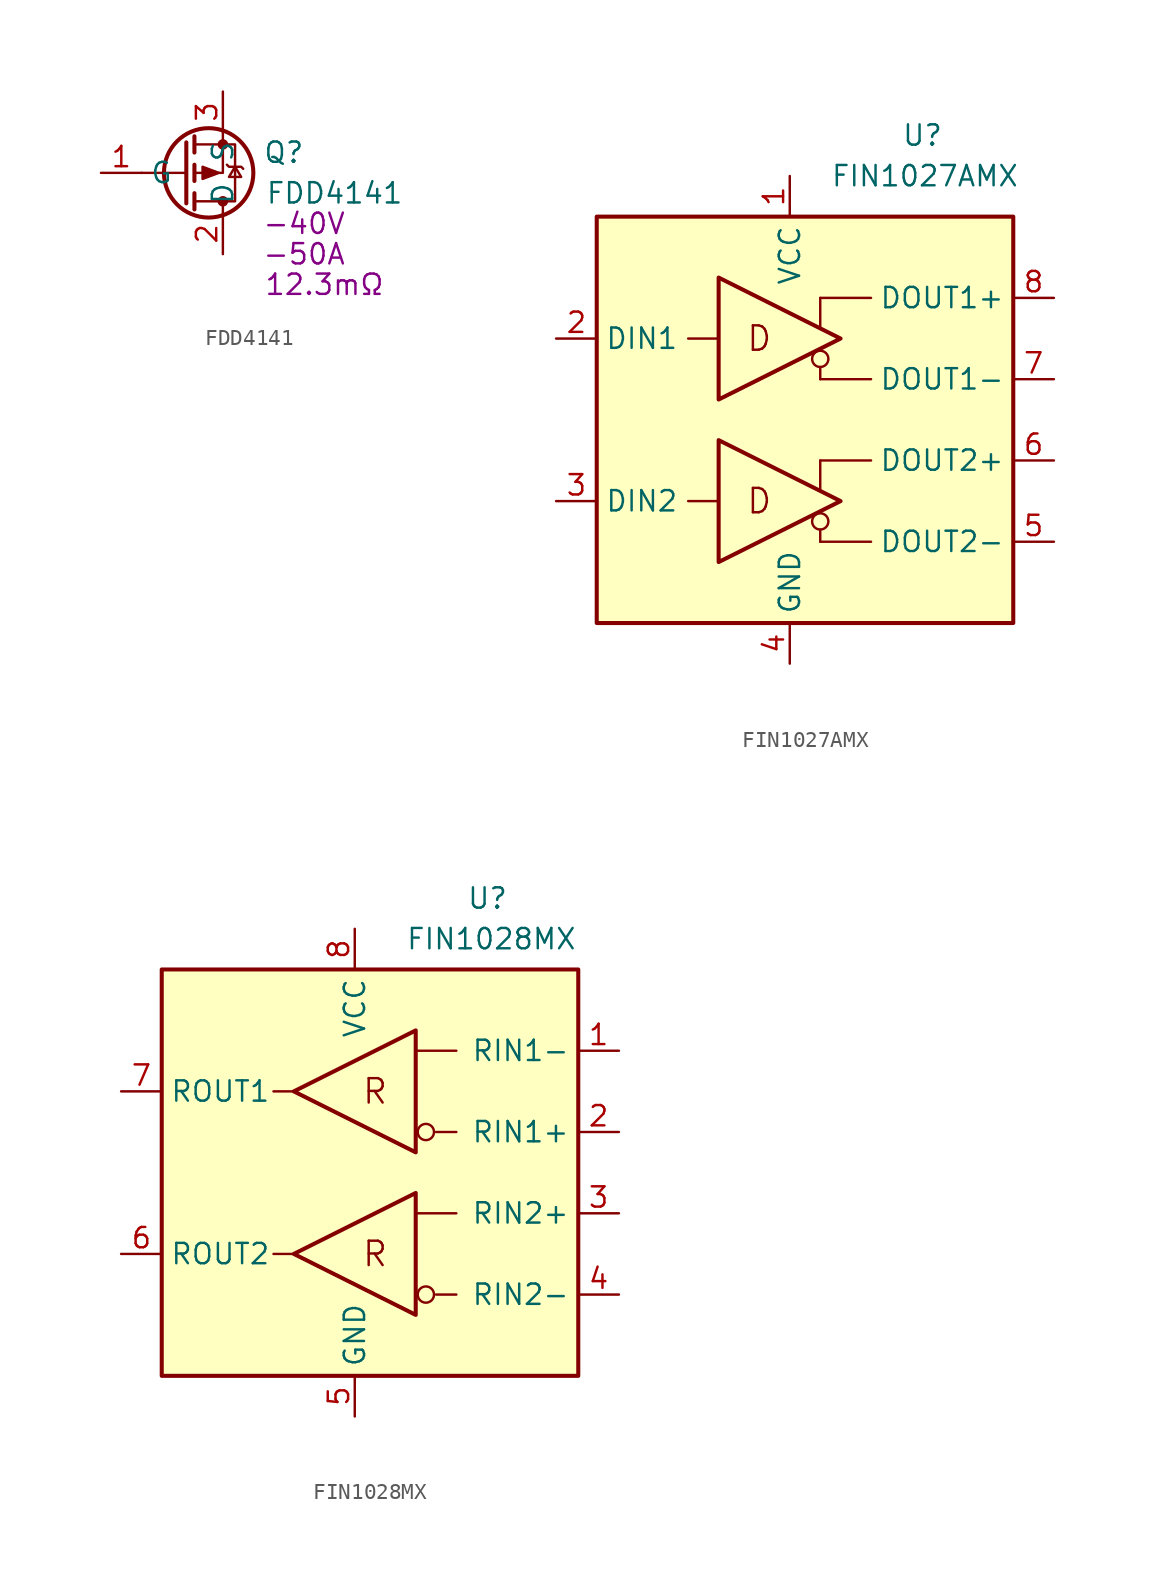
<source format=kicad_sym>
(kicad_symbol_lib
  (version 20211014)
  (generator kicad_symbol_editor)
  (symbol "FDD4141"
    (property "Reference" "Q"
      (at 4.445 1.27 0)
      (effects (font (size 1.27 1.27))))
    (property "Value" "FDD4141"
      (at 7.62 -1.27 0)
      (effects (font (size 1.27 1.27))))
    (property "VDS" "-40V"
      (at 5.715 -3.175 0)
      (effects (font (size 1.27 1.27))))
    (property "ID" "-50A"
      (at 5.715 -5.08 0)
      (effects (font (size 1.27 1.27))))
    (property "Rdson" "12.3mΩ"
      (at 6.985 -6.985 0)
      (effects (font (size 1.27 1.27))))
    (symbol "FDD4141_0_1"
      (circle (center -0.254 0) (radius 2.794) (stroke (width 0.254) (type default) (color 0 0 0 0)) (fill (type none)))
      (polyline (pts (xy -1.651 -1.905) (xy -1.651 1.905)) (stroke (width 0.254) (type default) (color 0 0 0 0)) (fill (type none)))
      (polyline (pts (xy -1.651 0) (xy -4.445 0)) (stroke (width 0) (type default) (color 0 0 0 0)) (fill (type none)))
      (polyline (pts (xy -1.143 -2.286) (xy -1.143 -1.27)) (stroke (width 0.254) (type default) (color 0 0 0 0)) (fill (type none)))
      (polyline (pts (xy -1.143 -0.508) (xy -1.143 0.508)) (stroke (width 0.254) (type default) (color 0 0 0 0)) (fill (type none)))
      (polyline (pts (xy -1.143 1.27) (xy -1.143 2.286)) (stroke (width 0.254) (type default) (color 0 0 0 0)) (fill (type none)))
      (polyline (pts (xy 0.635 -2.54) (xy 0.635 -1.778)) (stroke (width 0) (type default) (color 0 0 0 0)) (fill (type none)))
      (polyline (pts (xy 0.635 2.54) (xy 0.635 0) (xy -1.143 0)) (stroke (width 0) (type default) (color 0 0 0 0)) (fill (type none)))
      (polyline (pts (xy -1.143 -1.778) (xy 1.397 -1.778) (xy 1.397 1.778) (xy -1.143 1.778)) (stroke (width 0) (type default) (color 0 0 0 0)) (fill (type none)))
      (polyline (pts (xy 0.381 0) (xy -0.635 -0.381) (xy -0.635 0.381) (xy 0.381 0)) (stroke (width 0) (type default) (color 0 0 0 0)) (fill (type outline)))
      (polyline (pts (xy 0.889 0.508) (xy 1.016 0.381) (xy 1.778 0.381) (xy 1.905 0.254)) (stroke (width 0) (type default) (color 0 0 0 0)) (fill (type none)))
      (polyline (pts (xy 1.397 0.381) (xy 1.016 -0.254) (xy 1.778 -0.254) (xy 1.397 0.381)) (stroke (width 0) (type default) (color 0 0 0 0)) (fill (type none)))
      (circle (center 0.635 -1.778) (radius 0.254) (stroke (width 0) (type default) (color 0 0 0 0)) (fill (type outline)))
      (circle (center 0.635 1.778) (radius 0.254) (stroke (width 0) (type default) (color 0 0 0 0)) (fill (type outline))))
    (symbol "FDD4141_1_1"
      (pin passive line (at -6.985 0 0) (length 2.54) (name "G" (effects (font (size 1.27 1.27)))) (number "1" (effects (font (size 1.27 1.27)))))
      (pin passive line (at 0.635 -5.08 90) (length 2.54) (name "D" (effects (font (size 1.27 1.27)))) (number "2" (effects (font (size 1.27 1.27)))))
      (pin passive line (at 0.635 5.08 270) (length 2.54) (name "S" (effects (font (size 1.27 1.27)))) (number "3" (effects (font (size 1.27 1.27)))))))
  (symbol "FIN1027AMX"
    (property "Reference" "U"
      (at 6.985 17.78 0)
      (effects (font (size 1.27 1.27)) (justify left)))
    (property "Value" "FIN1027AMX"
      (at 2.54 15.24 0)
      (effects (font (size 1.27 1.27)) (justify left)))
    (symbol "FIN1027AMX_0_0"
      (rectangle (start -12.065 12.7) (end 13.97 -12.7) (stroke (width 0.254) (type default) (color 0 0 0 0)) (fill (type background)))
      (polyline (pts (xy 1.905 -6.858) (xy 1.905 -7.62)) (stroke (width 0) (type default) (color 0 0 0 0)) (fill (type none)))
      (polyline (pts (xy 1.905 -4.445) (xy 1.905 -2.54)) (stroke (width 0) (type default) (color 0 0 0 0)) (fill (type none)))
      (polyline (pts (xy 1.905 3.302) (xy 1.905 2.54)) (stroke (width 0) (type default) (color 0 0 0 0)) (fill (type none)))
      (polyline (pts (xy 1.905 5.715) (xy 1.905 7.62)) (stroke (width 0) (type default) (color 0 0 0 0)) (fill (type none)))
      (circle (center 1.905 -6.35) (radius 0.508) (stroke (width 0) (type default) (color 0 0 0 0)) (fill (type none)))
      (circle (center 1.905 3.81) (radius 0.508) (stroke (width 0) (type default) (color 0 0 0 0)) (fill (type none)))
      (text "D" (at -1.905 -5.08 0) (effects (font (size 1.524 1.524))))
      (text "D" (at -1.905 5.08 0) (effects (font (size 1.524 1.524)))))
    (symbol "FIN1027AMX_0_1"
      (polyline (pts (xy -6.35 -5.08) (xy -4.445 -5.08)) (stroke (width 0) (type default) (color 0 0 0 0)) (fill (type none)))
      (polyline (pts (xy -6.35 5.08) (xy -4.445 5.08)) (stroke (width 0) (type default) (color 0 0 0 0)) (fill (type none)))
      (polyline (pts (xy 1.905 -7.62) (xy 5.08 -7.62)) (stroke (width 0) (type default) (color 0 0 0 0)) (fill (type none)))
      (polyline (pts (xy 1.905 2.54) (xy 5.08 2.54)) (stroke (width 0) (type default) (color 0 0 0 0)) (fill (type none)))
      (polyline (pts (xy 5.08 -2.54) (xy 1.905 -2.54)) (stroke (width 0) (type default) (color 0 0 0 0)) (fill (type none)))
      (polyline (pts (xy 5.08 7.62) (xy 1.905 7.62)) (stroke (width 0) (type default) (color 0 0 0 0)) (fill (type none)))
      (polyline (pts (xy -4.445 -8.89) (xy -4.445 -1.27) (xy 3.175 -5.08) (xy -4.445 -8.89)) (stroke (width 0.254) (type default) (color 0 0 0 0)) (fill (type none)))
      (polyline (pts (xy -4.445 1.27) (xy -4.445 8.89) (xy 3.175 5.08) (xy -4.445 1.27)) (stroke (width 0.254) (type default) (color 0 0 0 0)) (fill (type none))))
    (symbol "FIN1027AMX_1_1"
      (pin power_in line (at 0 15.24 270) (length 2.54) (name "VCC" (effects (font (size 1.27 1.27)))) (number "1" (effects (font (size 1.27 1.27)))))
      (pin input line (at -14.605 5.08 0) (length 2.54) (name "DIN1" (effects (font (size 1.27 1.27)))) (number "2" (effects (font (size 1.27 1.27)))))
      (pin input line (at -14.605 -5.08 0) (length 2.54) (name "DIN2" (effects (font (size 1.27 1.27)))) (number "3" (effects (font (size 1.27 1.27)))))
      (pin power_in line (at 0 -15.24 90) (length 2.54) (name "GND" (effects (font (size 1.27 1.27)))) (number "4" (effects (font (size 1.27 1.27)))))
      (pin output line (at 16.51 -7.62 180) (length 2.54) (name "DOUT2-" (effects (font (size 1.27 1.27)))) (number "5" (effects (font (size 1.27 1.27)))))
      (pin output line (at 16.51 -2.54 180) (length 2.54) (name "DOUT2+" (effects (font (size 1.27 1.27)))) (number "6" (effects (font (size 1.27 1.27)))))
      (pin output line (at 16.51 2.54 180) (length 2.54) (name "DOUT1-" (effects (font (size 1.27 1.27)))) (number "7" (effects (font (size 1.27 1.27)))))
      (pin output line (at 16.51 7.62 180) (length 2.54) (name "DOUT1+" (effects (font (size 1.27 1.27)))) (number "8" (effects (font (size 1.27 1.27)))))))
  (symbol "FIN1028MX"
    (property "Reference" "U"
      (at 6.985 17.145 0)
      (effects (font (size 1.27 1.27)) (justify left)))
    (property "Value" "FIN1028MX"
      (at 3.175 14.605 0)
      (effects (font (size 1.27 1.27)) (justify left)))
    (symbol "FIN1028MX_0_0"
      (rectangle (start -12.065 12.7) (end 13.97 -12.7) (stroke (width 0.254) (type default) (color 0 0 0 0)) (fill (type background)))
      (circle (center 4.445 -7.62) (radius 0.508) (stroke (width 0) (type default) (color 0 0 0 0)) (fill (type none)))
      (circle (center 4.445 2.54) (radius 0.508) (stroke (width 0) (type default) (color 0 0 0 0)) (fill (type none)))
      (text "R" (at 1.27 -5.08 0) (effects (font (size 1.524 1.524))))
      (text "R" (at 1.27 5.08 0) (effects (font (size 1.524 1.524)))))
    (symbol "FIN1028MX_0_1"
      (polyline (pts (xy -5.08 -5.08) (xy -3.81 -5.08)) (stroke (width 0) (type default) (color 0 0 0 0)) (fill (type none)))
      (polyline (pts (xy -5.08 5.08) (xy -3.81 5.08)) (stroke (width 0) (type default) (color 0 0 0 0)) (fill (type none)))
      (polyline (pts (xy 3.81 -2.54) (xy 6.35 -2.54)) (stroke (width 0) (type default) (color 0 0 0 0)) (fill (type none)))
      (polyline (pts (xy 3.81 7.62) (xy 6.35 7.62)) (stroke (width 0) (type default) (color 0 0 0 0)) (fill (type none)))
      (polyline (pts (xy 6.35 -7.62) (xy 5.08 -7.62)) (stroke (width 0) (type default) (color 0 0 0 0)) (fill (type none)))
      (polyline (pts (xy 6.35 2.54) (xy 5.08 2.54)) (stroke (width 0) (type default) (color 0 0 0 0)) (fill (type none)))
      (polyline (pts (xy 3.81 -1.27) (xy 3.81 -8.89) (xy -3.81 -5.08) (xy 3.81 -1.27)) (stroke (width 0.254) (type default) (color 0 0 0 0)) (fill (type none)))
      (polyline (pts (xy 3.81 8.89) (xy 3.81 1.27) (xy -3.81 5.08) (xy 3.81 8.89)) (stroke (width 0.254) (type default) (color 0 0 0 0)) (fill (type none))))
    (symbol "FIN1028MX_1_1"
      (pin input line (at 16.51 7.62 180) (length 2.54) (name "RIN1-" (effects (font (size 1.27 1.27)))) (number "1" (effects (font (size 1.27 1.27)))))
      (pin input line (at 16.51 2.54 180) (length 2.54) (name "RIN1+" (effects (font (size 1.27 1.27)))) (number "2" (effects (font (size 1.27 1.27)))))
      (pin input line (at 16.51 -2.54 180) (length 2.54) (name "RIN2+" (effects (font (size 1.27 1.27)))) (number "3" (effects (font (size 1.27 1.27)))))
      (pin input line (at 16.51 -7.62 180) (length 2.54) (name "RIN2-" (effects (font (size 1.27 1.27)))) (number "4" (effects (font (size 1.27 1.27)))))
      (pin power_in line (at 0 -15.24 90) (length 2.54) (name "GND" (effects (font (size 1.27 1.27)))) (number "5" (effects (font (size 1.27 1.27)))))
      (pin output line (at -14.605 -5.08 0) (length 2.54) (name "ROUT2" (effects (font (size 1.27 1.27)))) (number "6" (effects (font (size 1.27 1.27)))))
      (pin output line (at -14.605 5.08 0) (length 2.54) (name "ROUT1" (effects (font (size 1.27 1.27)))) (number "7" (effects (font (size 1.27 1.27)))))
      (pin power_in line (at 0 15.24 270) (length 2.54) (name "VCC" (effects (font (size 1.27 1.27)))) (number "8" (effects (font (size 1.27 1.27))))))))
</source>
